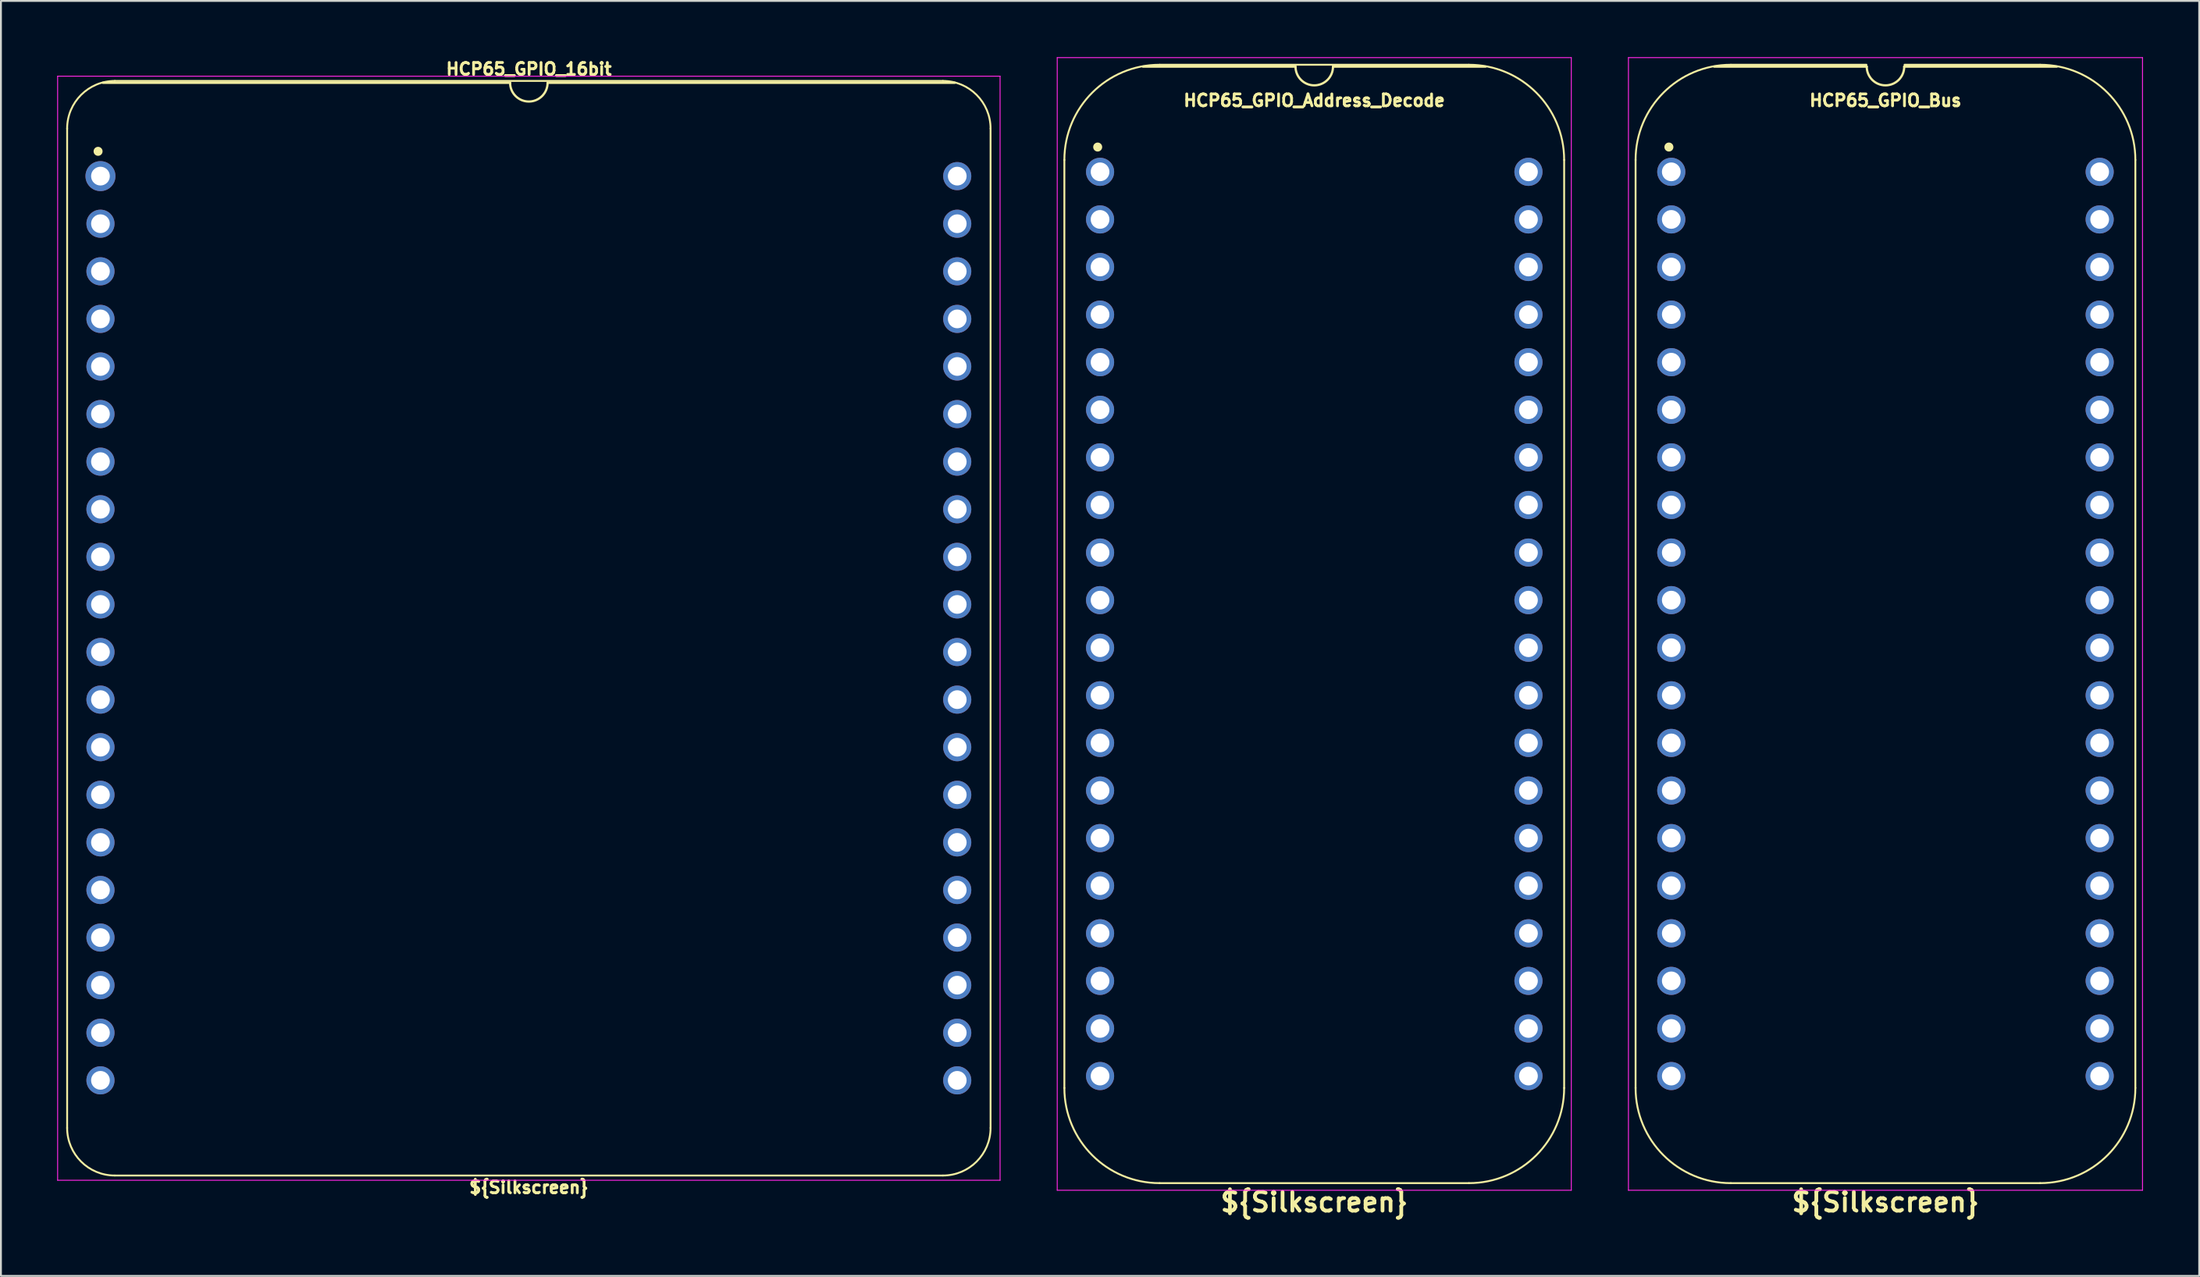
<source format=kicad_pcb>
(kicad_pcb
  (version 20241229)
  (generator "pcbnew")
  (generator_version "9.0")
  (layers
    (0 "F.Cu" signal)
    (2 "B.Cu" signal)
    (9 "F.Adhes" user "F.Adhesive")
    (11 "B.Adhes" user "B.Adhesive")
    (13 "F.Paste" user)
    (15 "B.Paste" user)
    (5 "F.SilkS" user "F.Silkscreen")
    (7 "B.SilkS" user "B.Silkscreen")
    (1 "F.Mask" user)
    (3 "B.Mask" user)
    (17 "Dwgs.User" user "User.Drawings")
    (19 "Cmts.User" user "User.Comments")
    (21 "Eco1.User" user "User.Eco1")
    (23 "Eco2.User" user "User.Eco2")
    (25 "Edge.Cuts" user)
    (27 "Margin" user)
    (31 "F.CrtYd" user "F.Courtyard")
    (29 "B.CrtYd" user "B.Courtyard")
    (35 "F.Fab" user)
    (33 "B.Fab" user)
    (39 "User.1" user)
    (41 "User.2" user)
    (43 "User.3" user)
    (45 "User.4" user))
  (footprint "HCP65_GPIO_Bus"
    (layer "F.Cu")
    (at 86.135 6.121)
    (property "Reference" "HCP65_GPIO_Bus" (at 11.43 -3.81 0) (layer "F.SilkS") (effects (font (size 0.635 0.635) (thickness 0.15))))
    (property "Silkscreen" "${Silkscreen}" (at 11.43 54.991 0) (layer "F.SilkS") (effects (font (size 1 1) (thickness 0.2))))
    (attr through_hole)
    (fp_line (start -1.905 -0.635) (end -1.905 48.895) (stroke (width 0.1) (type solid)) (layer "F.SilkS"))
    (fp_line (start 10.414 -5.715) (end 3.175 -5.715) (stroke (width 0.1) (type solid)) (layer "F.SilkS"))
    (fp_line (start 10.43 -5.616) (end 2.286 -5.616) (stroke (width 0.12) (type solid)) (layer "F.SilkS"))
    (fp_line (start 19.685 -5.715) (end 12.446 -5.715) (stroke (width 0.1) (type solid)) (layer "F.SilkS"))
    (fp_line (start 19.685 53.975) (end 3.175 53.975) (stroke (width 0.1) (type solid)) (layer "F.SilkS"))
    (fp_line (start 20.574 -5.616) (end 12.43 -5.616) (stroke (width 0.12) (type solid)) (layer "F.SilkS"))
    (fp_line (start 24.765 48.895) (end 24.765 -0.635) (stroke (width 0.1) (type solid)) (layer "F.SilkS"))
    (fp_arc (start -1.905 -0.635) (mid -0.417102 -4.227102) (end 3.175 -5.715) (stroke (width 0.1) (type solid)) (layer "F.SilkS"))
    (fp_arc (start 3.175 53.975) (mid -0.417102 52.487102) (end -1.905 48.895) (stroke (width 0.1) (type solid)) (layer "F.SilkS"))
    (fp_arc (start 12.43 -5.616) (mid 11.43 -4.616) (end 10.43 -5.616) (stroke (width 0.12) (type solid)) (layer "F.SilkS"))
    (fp_arc (start 19.685 -5.715) (mid 23.277102 -4.227102) (end 24.765 -0.635) (stroke (width 0.1) (type solid)) (layer "F.SilkS"))
    (fp_arc (start 24.765 48.895) (mid 23.277102 52.487102) (end 19.685 53.975) (stroke (width 0.1) (type solid)) (layer "F.SilkS"))
    (fp_circle (center -0.127 -1.323) (end 0.053 -1.323) (stroke (width 0.12) (type solid)) (fill yes) (layer "F.SilkS"))
    (fp_line (start -2.286 -6.096) (end -2.286 54.356) (stroke (width 0.05) (type solid)) (layer "F.CrtYd"))
    (fp_line (start -2.286 -6.096) (end 25.146 -6.096) (stroke (width 0.05) (type solid)) (layer "F.CrtYd"))
    (fp_line (start -2.286 54.356) (end 25.146 54.356) (stroke (width 0.05) (type solid)) (layer "F.CrtYd"))
    (fp_line (start 25.146 54.356) (end 25.146 -6.096) (stroke (width 0.05) (type solid)) (layer "F.CrtYd"))
    (pad "1" thru_hole circle (at 0 0) (size 1.5 1.5) (drill 1) (layers "*.Cu" "*.Mask"))
    (pad "2" thru_hole circle (at 0 2.54) (size 1.5 1.5) (drill 1) (layers "*.Cu" "*.Mask"))
    (pad "3" thru_hole circle (at 0 5.08) (size 1.5 1.5) (drill 1) (layers "*.Cu" "*.Mask"))
    (pad "4" thru_hole circle (at 0 7.62) (size 1.5 1.5) (drill 1) (layers "*.Cu" "*.Mask"))
    (pad "5" thru_hole circle (at 0 10.16) (size 1.5 1.5) (drill 1) (layers "*.Cu" "*.Mask"))
    (pad "6" thru_hole circle (at 0 12.7) (size 1.5 1.5) (drill 1) (layers "*.Cu" "*.Mask"))
    (pad "7" thru_hole circle (at 0 15.24) (size 1.5 1.5) (drill 1) (layers "*.Cu" "*.Mask"))
    (pad "8" thru_hole circle (at 0 17.78) (size 1.5 1.5) (drill 1) (layers "*.Cu" "*.Mask"))
    (pad "9" thru_hole circle (at 0 20.32) (size 1.5 1.5) (drill 1) (layers "*.Cu" "*.Mask"))
    (pad "10" thru_hole circle (at 0 22.86) (size 1.5 1.5) (drill 1) (layers "*.Cu" "*.Mask"))
    (pad "11" thru_hole circle (at 0 25.4) (size 1.5 1.5) (drill 1) (layers "*.Cu" "*.Mask"))
    (pad "12" thru_hole circle (at 0 27.94) (size 1.5 1.5) (drill 1) (layers "*.Cu" "*.Mask"))
    (pad "13" thru_hole circle (at 0 30.48) (size 1.5 1.5) (drill 1) (layers "*.Cu" "*.Mask"))
    (pad "14" thru_hole circle (at 0 33.02) (size 1.5 1.5) (drill 1) (layers "*.Cu" "*.Mask"))
    (pad "15" thru_hole circle (at 0 35.56) (size 1.5 1.5) (drill 1) (layers "*.Cu" "*.Mask"))
    (pad "16" thru_hole circle (at 0 38.1) (size 1.5 1.5) (drill 1) (layers "*.Cu" "*.Mask"))
    (pad "17" thru_hole circle (at 0 40.64) (size 1.5 1.5) (drill 1) (layers "*.Cu" "*.Mask"))
    (pad "18" thru_hole circle (at 0 43.18) (size 1.5 1.5) (drill 1) (layers "*.Cu" "*.Mask"))
    (pad "19" thru_hole circle (at 0 45.72) (size 1.5 1.5) (drill 1) (layers "*.Cu" "*.Mask"))
    (pad "20" thru_hole circle (at 0 48.26) (size 1.5 1.5) (drill 1) (layers "*.Cu" "*.Mask"))
    (pad "21" thru_hole circle (at 22.86 48.26) (size 1.5 1.5) (drill 1) (layers "*.Cu" "*.Mask"))
    (pad "22" thru_hole circle (at 22.86 45.72) (size 1.5 1.5) (drill 1) (layers "*.Cu" "*.Mask"))
    (pad "23" thru_hole circle (at 22.86 43.18) (size 1.5 1.5) (drill 1) (layers "*.Cu" "*.Mask"))
    (pad "24" thru_hole circle (at 22.86 40.64) (size 1.5 1.5) (drill 1) (layers "*.Cu" "*.Mask"))
    (pad "25" thru_hole circle (at 22.86 38.1) (size 1.5 1.5) (drill 1) (layers "*.Cu" "*.Mask"))
    (pad "26" thru_hole circle (at 22.86 35.56) (size 1.5 1.5) (drill 1) (layers "*.Cu" "*.Mask"))
    (pad "27" thru_hole circle (at 22.86 33.02) (size 1.5 1.5) (drill 1) (layers "*.Cu" "*.Mask"))
    (pad "28" thru_hole circle (at 22.86 30.48) (size 1.5 1.5) (drill 1) (layers "*.Cu" "*.Mask"))
    (pad "29" thru_hole circle (at 22.86 27.94) (size 1.5 1.5) (drill 1) (layers "*.Cu" "*.Mask"))
    (pad "30" thru_hole circle (at 22.86 25.4) (size 1.5 1.5) (drill 1) (layers "*.Cu" "*.Mask"))
    (pad "31" thru_hole circle (at 22.86 22.86) (size 1.5 1.5) (drill 1) (layers "*.Cu" "*.Mask"))
    (pad "32" thru_hole circle (at 22.86 20.32) (size 1.5 1.5) (drill 1) (layers "*.Cu" "*.Mask"))
    (pad "33" thru_hole circle (at 22.86 17.78) (size 1.5 1.5) (drill 1) (layers "*.Cu" "*.Mask"))
    (pad "34" thru_hole circle (at 22.86 15.24) (size 1.5 1.5) (drill 1) (layers "*.Cu" "*.Mask"))
    (pad "35" thru_hole circle (at 22.86 12.7) (size 1.5 1.5) (drill 1) (layers "*.Cu" "*.Mask"))
    (pad "36" thru_hole circle (at 22.86 10.16) (size 1.5 1.5) (drill 1) (layers "*.Cu" "*.Mask"))
    (pad "37" thru_hole circle (at 22.86 7.62) (size 1.5 1.5) (drill 1) (layers "*.Cu" "*.Mask"))
    (pad "38" thru_hole circle (at 22.86 5.08) (size 1.5 1.5) (drill 1) (layers "*.Cu" "*.Mask"))
    (pad "39" thru_hole circle (at 22.86 2.54) (size 1.5 1.5) (drill 1) (layers "*.Cu" "*.Mask"))
    (pad "40" thru_hole circle (at 22.86 0) (size 1.5 1.5) (drill 1) (layers "*.Cu" "*.Mask")))
  (footprint "HCP65_GPIO_16bit"
    (layer "F.Cu")
    (at 2.311 6.35)
    (property "Reference" "HCP65_GPIO_16bit" (at 22.86 -5.715 0) (layer "F.SilkS") (effects (font (size 0.635 0.635) (thickness 0.15))))
    (attr through_hole)
    (fp_line (start -1.778 -2.54) (end -1.778 50.8) (stroke (width 0.1) (type solid)) (layer "F.SilkS"))
    (fp_line (start 21.86 -4.981) (end 0.127 -4.981) (stroke (width 0.12) (type solid)) (layer "F.SilkS"))
    (fp_line (start 44.958 -5.08) (end 0.762 -5.08) (stroke (width 0.1) (type solid)) (layer "F.SilkS"))
    (fp_line (start 44.958 53.34) (end 0.762 53.34) (stroke (width 0.1) (type solid)) (layer "F.SilkS"))
    (fp_line (start 45.593 -4.981) (end 23.86 -4.981) (stroke (width 0.12) (type solid)) (layer "F.SilkS"))
    (fp_line (start 47.498 -2.54) (end 47.498 50.8) (stroke (width 0.1) (type solid)) (layer "F.SilkS"))
    (fp_arc (start -1.778 -2.54) (mid -1.034051 -4.336051) (end 0.762 -5.08) (stroke (width 0.1) (type solid)) (layer "F.SilkS"))
    (fp_arc (start 0.762 53.34) (mid -1.034051 52.596051) (end -1.778 50.8) (stroke (width 0.1) (type solid)) (layer "F.SilkS"))
    (fp_arc (start 23.86 -4.981) (mid 22.86 -3.981) (end 21.86 -4.981) (stroke (width 0.12) (type solid)) (layer "F.SilkS"))
    (fp_arc (start 44.958 -5.08) (mid 46.754022 -4.336022) (end 47.498 -2.54) (stroke (width 0.1) (type solid)) (layer "F.SilkS"))
    (fp_arc (start 47.498 50.8) (mid 46.754051 52.596051) (end 44.958 53.34) (stroke (width 0.1) (type solid)) (layer "F.SilkS"))
    (fp_circle (center -0.127 -1.323) (end 0.053 -1.323) (stroke (width 0.12) (type solid)) (fill yes) (layer "F.SilkS"))
    (fp_line (start -2.286 -5.334) (end -2.286 53.594) (stroke (width 0.05) (type solid)) (layer "F.CrtYd"))
    (fp_line (start -2.286 -5.334) (end 48.006 -5.334) (stroke (width 0.05) (type solid)) (layer "F.CrtYd"))
    (fp_line (start -2.286 53.594) (end 48.006 53.594) (stroke (width 0.05) (type solid)) (layer "F.CrtYd"))
    (fp_line (start 48.006 53.594) (end 48.006 -5.334) (stroke (width 0.05) (type solid)) (layer "F.CrtYd"))
    (fp_text user "${Silkscreen}" (at 22.86 53.975 0) (layer "F.SilkS") (effects (font (size 0.635 0.635) (thickness 0.15))))
    (pad "1" thru_hole circle (at 0 0 180) (size 1.6 1.6) (drill 1) (layers "*.Cu" "*.Mask"))
    (pad "2" thru_hole circle (at 0 2.54) (size 1.5 1.5) (drill 1) (layers "*.Cu" "*.Mask"))
    (pad "3" thru_hole circle (at 0 5.08) (size 1.5 1.5) (drill 1) (layers "*.Cu" "*.Mask"))
    (pad "4" thru_hole circle (at 0 7.62) (size 1.5 1.5) (drill 1) (layers "*.Cu" "*.Mask"))
    (pad "5" thru_hole circle (at 0 10.16) (size 1.5 1.5) (drill 1) (layers "*.Cu" "*.Mask"))
    (pad "6" thru_hole circle (at 0 12.7) (size 1.5 1.5) (drill 1) (layers "*.Cu" "*.Mask"))
    (pad "7" thru_hole circle (at 0 15.24) (size 1.5 1.5) (drill 1) (layers "*.Cu" "*.Mask"))
    (pad "8" thru_hole circle (at 0 17.78) (size 1.5 1.5) (drill 1) (layers "*.Cu" "*.Mask"))
    (pad "9" thru_hole circle (at 0 20.32) (size 1.5 1.5) (drill 1) (layers "*.Cu" "*.Mask"))
    (pad "10" thru_hole circle (at 0 22.86) (size 1.5 1.5) (drill 1) (layers "*.Cu" "*.Mask"))
    (pad "11" thru_hole circle (at 0 25.4) (size 1.5 1.5) (drill 1) (layers "*.Cu" "*.Mask"))
    (pad "12" thru_hole circle (at 0 27.94) (size 1.5 1.5) (drill 1) (layers "*.Cu" "*.Mask"))
    (pad "13" thru_hole circle (at 0 30.48) (size 1.5 1.5) (drill 1) (layers "*.Cu" "*.Mask"))
    (pad "14" thru_hole circle (at 0 33.02) (size 1.5 1.5) (drill 1) (layers "*.Cu" "*.Mask"))
    (pad "15" thru_hole circle (at 0 35.56) (size 1.5 1.5) (drill 1) (layers "*.Cu" "*.Mask"))
    (pad "16" thru_hole circle (at 0 38.1) (size 1.5 1.5) (drill 1) (layers "*.Cu" "*.Mask"))
    (pad "17" thru_hole circle (at 0 40.64) (size 1.5 1.5) (drill 1) (layers "*.Cu" "*.Mask"))
    (pad "18" thru_hole circle (at 0 43.18) (size 1.5 1.5) (drill 1) (layers "*.Cu" "*.Mask"))
    (pad "19" thru_hole circle (at 0 45.72) (size 1.5 1.5) (drill 1) (layers "*.Cu" "*.Mask"))
    (pad "20" thru_hole circle (at 0 48.26) (size 1.5 1.5) (drill 1) (layers "*.Cu" "*.Mask"))
    (pad "21" thru_hole circle (at 45.72 48.26) (size 1.5 1.5) (drill 1) (layers "*.Cu" "*.Mask"))
    (pad "22" thru_hole circle (at 45.72 45.72) (size 1.5 1.5) (drill 1) (layers "*.Cu" "*.Mask"))
    (pad "23" thru_hole circle (at 45.72 43.18) (size 1.5 1.5) (drill 1) (layers "*.Cu" "*.Mask"))
    (pad "24" thru_hole circle (at 45.72 40.64) (size 1.5 1.5) (drill 1) (layers "*.Cu" "*.Mask"))
    (pad "25" thru_hole circle (at 45.72 38.1) (size 1.5 1.5) (drill 1) (layers "*.Cu" "*.Mask"))
    (pad "26" thru_hole circle (at 45.72 35.56) (size 1.5 1.5) (drill 1) (layers "*.Cu" "*.Mask"))
    (pad "27" thru_hole circle (at 45.72 33.02) (size 1.5 1.5) (drill 1) (layers "*.Cu" "*.Mask"))
    (pad "28" thru_hole circle (at 45.72 30.48) (size 1.5 1.5) (drill 1) (layers "*.Cu" "*.Mask"))
    (pad "29" thru_hole circle (at 45.72 27.94) (size 1.5 1.5) (drill 1) (layers "*.Cu" "*.Mask"))
    (pad "30" thru_hole circle (at 45.72 25.4) (size 1.5 1.5) (drill 1) (layers "*.Cu" "*.Mask"))
    (pad "31" thru_hole circle (at 45.72 22.86) (size 1.5 1.5) (drill 1) (layers "*.Cu" "*.Mask"))
    (pad "32" thru_hole circle (at 45.72 20.32) (size 1.5 1.5) (drill 1) (layers "*.Cu" "*.Mask"))
    (pad "33" thru_hole circle (at 45.72 17.78) (size 1.5 1.5) (drill 1) (layers "*.Cu" "*.Mask"))
    (pad "34" thru_hole circle (at 45.72 15.24) (size 1.5 1.5) (drill 1) (layers "*.Cu" "*.Mask"))
    (pad "35" thru_hole circle (at 45.72 12.7) (size 1.5 1.5) (drill 1) (layers "*.Cu" "*.Mask"))
    (pad "36" thru_hole circle (at 45.72 10.16) (size 1.5 1.5) (drill 1) (layers "*.Cu" "*.Mask"))
    (pad "37" thru_hole circle (at 45.72 7.62) (size 1.5 1.5) (drill 1) (layers "*.Cu" "*.Mask"))
    (pad "38" thru_hole circle (at 45.72 5.08) (size 1.5 1.5) (drill 1) (layers "*.Cu" "*.Mask"))
    (pad "39" thru_hole circle (at 45.72 2.54) (size 1.5 1.5) (drill 1) (layers "*.Cu" "*.Mask"))
    (pad "40" thru_hole circle (at 45.72 0) (size 1.5 1.5) (drill 1) (layers "*.Cu" "*.Mask")))
  (footprint "HCP65_GPIO_Address_Decode"
    (layer "F.Cu")
    (at 55.653 6.121)
    (property "Reference" "HCP65_GPIO_Address_Decode" (at 11.43 -3.81 0) (layer "F.SilkS") (effects (font (size 0.635 0.635) (thickness 0.15))))
    (property "Silkscreen" "${Silkscreen}" (at 11.43 54.991 0) (layer "F.SilkS") (effects (font (size 1 1) (thickness 0.2))))
    (attr through_hole)
    (fp_line (start -1.905 -0.635) (end -1.905 48.895) (stroke (width 0.1) (type solid)) (layer "F.SilkS"))
    (fp_line (start 10.43 -5.616) (end 2.286 -5.616) (stroke (width 0.12) (type solid)) (layer "F.SilkS"))
    (fp_line (start 19.685 -5.715) (end 3.175 -5.715) (stroke (width 0.1) (type solid)) (layer "F.SilkS"))
    (fp_line (start 19.685 53.975) (end 3.175 53.975) (stroke (width 0.1) (type solid)) (layer "F.SilkS"))
    (fp_line (start 20.574 -5.616) (end 12.43 -5.616) (stroke (width 0.12) (type solid)) (layer "F.SilkS"))
    (fp_line (start 24.765 48.895) (end 24.765 -0.635) (stroke (width 0.1) (type solid)) (layer "F.SilkS"))
    (fp_arc (start -1.905 -0.635) (mid -0.417102 -4.227102) (end 3.175 -5.715) (stroke (width 0.1) (type solid)) (layer "F.SilkS"))
    (fp_arc (start 3.175 53.975) (mid -0.417102 52.487102) (end -1.905 48.895) (stroke (width 0.1) (type solid)) (layer "F.SilkS"))
    (fp_arc (start 12.43 -5.616) (mid 11.43 -4.616) (end 10.43 -5.616) (stroke (width 0.12) (type solid)) (layer "F.SilkS"))
    (fp_arc (start 19.685 -5.715) (mid 23.277102 -4.227102) (end 24.765 -0.635) (stroke (width 0.1) (type solid)) (layer "F.SilkS"))
    (fp_arc (start 24.765 48.895) (mid 23.277102 52.487102) (end 19.685 53.975) (stroke (width 0.1) (type solid)) (layer "F.SilkS"))
    (fp_circle (center -0.127 -1.323) (end 0.053 -1.323) (stroke (width 0.12) (type solid)) (fill yes) (layer "F.SilkS"))
    (fp_line (start -2.286 -6.096) (end -2.286 54.356) (stroke (width 0.05) (type solid)) (layer "F.CrtYd"))
    (fp_line (start -2.286 -6.096) (end 25.146 -6.096) (stroke (width 0.05) (type solid)) (layer "F.CrtYd"))
    (fp_line (start -2.286 54.356) (end 25.146 54.356) (stroke (width 0.05) (type solid)) (layer "F.CrtYd"))
    (fp_line (start 25.146 54.356) (end 25.146 -6.096) (stroke (width 0.05) (type solid)) (layer "F.CrtYd"))
    (pad "1" thru_hole circle (at 0 0) (size 1.5 1.5) (drill 1) (layers "*.Cu" "*.Mask"))
    (pad "2" thru_hole circle (at 0 2.54) (size 1.5 1.5) (drill 1) (layers "*.Cu" "*.Mask"))
    (pad "3" thru_hole circle (at 0 5.08) (size 1.5 1.5) (drill 1) (layers "*.Cu" "*.Mask"))
    (pad "4" thru_hole circle (at 0 7.62) (size 1.5 1.5) (drill 1) (layers "*.Cu" "*.Mask"))
    (pad "5" thru_hole circle (at 0 10.16) (size 1.5 1.5) (drill 1) (layers "*.Cu" "*.Mask"))
    (pad "6" thru_hole circle (at 0 12.7) (size 1.5 1.5) (drill 1) (layers "*.Cu" "*.Mask"))
    (pad "7" thru_hole circle (at 0 15.24) (size 1.5 1.5) (drill 1) (layers "*.Cu" "*.Mask"))
    (pad "8" thru_hole circle (at 0 17.78) (size 1.5 1.5) (drill 1) (layers "*.Cu" "*.Mask"))
    (pad "9" thru_hole circle (at 0 20.32) (size 1.5 1.5) (drill 1) (layers "*.Cu" "*.Mask"))
    (pad "10" thru_hole circle (at 0 22.86) (size 1.5 1.5) (drill 1) (layers "*.Cu" "*.Mask"))
    (pad "11" thru_hole circle (at 0 25.4) (size 1.5 1.5) (drill 1) (layers "*.Cu" "*.Mask"))
    (pad "12" thru_hole circle (at 0 27.94) (size 1.5 1.5) (drill 1) (layers "*.Cu" "*.Mask"))
    (pad "13" thru_hole circle (at 0 30.48) (size 1.5 1.5) (drill 1) (layers "*.Cu" "*.Mask"))
    (pad "14" thru_hole circle (at 0 33.02) (size 1.5 1.5) (drill 1) (layers "*.Cu" "*.Mask"))
    (pad "15" thru_hole circle (at 0 35.56) (size 1.5 1.5) (drill 1) (layers "*.Cu" "*.Mask"))
    (pad "16" thru_hole circle (at 0 38.1) (size 1.5 1.5) (drill 1) (layers "*.Cu" "*.Mask"))
    (pad "17" thru_hole circle (at 0 40.64) (size 1.5 1.5) (drill 1) (layers "*.Cu" "*.Mask"))
    (pad "18" thru_hole circle (at 0 43.18) (size 1.5 1.5) (drill 1) (layers "*.Cu" "*.Mask"))
    (pad "19" thru_hole circle (at 0 45.72) (size 1.5 1.5) (drill 1) (layers "*.Cu" "*.Mask"))
    (pad "20" thru_hole circle (at 0 48.26) (size 1.5 1.5) (drill 1) (layers "*.Cu" "*.Mask"))
    (pad "21" thru_hole circle (at 22.86 48.26) (size 1.5 1.5) (drill 1) (layers "*.Cu" "*.Mask"))
    (pad "22" thru_hole circle (at 22.86 45.72) (size 1.5 1.5) (drill 1) (layers "*.Cu" "*.Mask"))
    (pad "23" thru_hole circle (at 22.86 43.18) (size 1.5 1.5) (drill 1) (layers "*.Cu" "*.Mask"))
    (pad "24" thru_hole circle (at 22.86 40.64) (size 1.5 1.5) (drill 1) (layers "*.Cu" "*.Mask"))
    (pad "25" thru_hole circle (at 22.86 38.1) (size 1.5 1.5) (drill 1) (layers "*.Cu" "*.Mask"))
    (pad "26" thru_hole circle (at 22.86 35.56) (size 1.5 1.5) (drill 1) (layers "*.Cu" "*.Mask"))
    (pad "27" thru_hole circle (at 22.86 33.02) (size 1.5 1.5) (drill 1) (layers "*.Cu" "*.Mask"))
    (pad "28" thru_hole circle (at 22.86 30.48) (size 1.5 1.5) (drill 1) (layers "*.Cu" "*.Mask"))
    (pad "29" thru_hole circle (at 22.86 27.94) (size 1.5 1.5) (drill 1) (layers "*.Cu" "*.Mask"))
    (pad "30" thru_hole circle (at 22.86 25.4) (size 1.5 1.5) (drill 1) (layers "*.Cu" "*.Mask"))
    (pad "31" thru_hole circle (at 22.86 22.86) (size 1.5 1.5) (drill 1) (layers "*.Cu" "*.Mask"))
    (pad "32" thru_hole circle (at 22.86 20.32) (size 1.5 1.5) (drill 1) (layers "*.Cu" "*.Mask"))
    (pad "33" thru_hole circle (at 22.86 17.78) (size 1.5 1.5) (drill 1) (layers "*.Cu" "*.Mask"))
    (pad "34" thru_hole circle (at 22.86 15.24) (size 1.5 1.5) (drill 1) (layers "*.Cu" "*.Mask"))
    (pad "35" thru_hole circle (at 22.86 12.7) (size 1.5 1.5) (drill 1) (layers "*.Cu" "*.Mask"))
    (pad "36" thru_hole circle (at 22.86 10.16) (size 1.5 1.5) (drill 1) (layers "*.Cu" "*.Mask"))
    (pad "37" thru_hole circle (at 22.86 7.62) (size 1.5 1.5) (drill 1) (layers "*.Cu" "*.Mask"))
    (pad "38" thru_hole circle (at 22.86 5.08) (size 1.5 1.5) (drill 1) (layers "*.Cu" "*.Mask"))
    (pad "39" thru_hole circle (at 22.86 2.54) (size 1.5 1.5) (drill 1) (layers "*.Cu" "*.Mask"))
    (pad "40" thru_hole circle (at 22.86 0) (size 1.5 1.5) (drill 1) (layers "*.Cu" "*.Mask")))
  (gr_rect
    (start -3 -3)
    (end 114.306 65.048)
    (stroke (width 0.1) (type default))
    (fill no)
    (layer "Edge.Cuts")))
</source>
